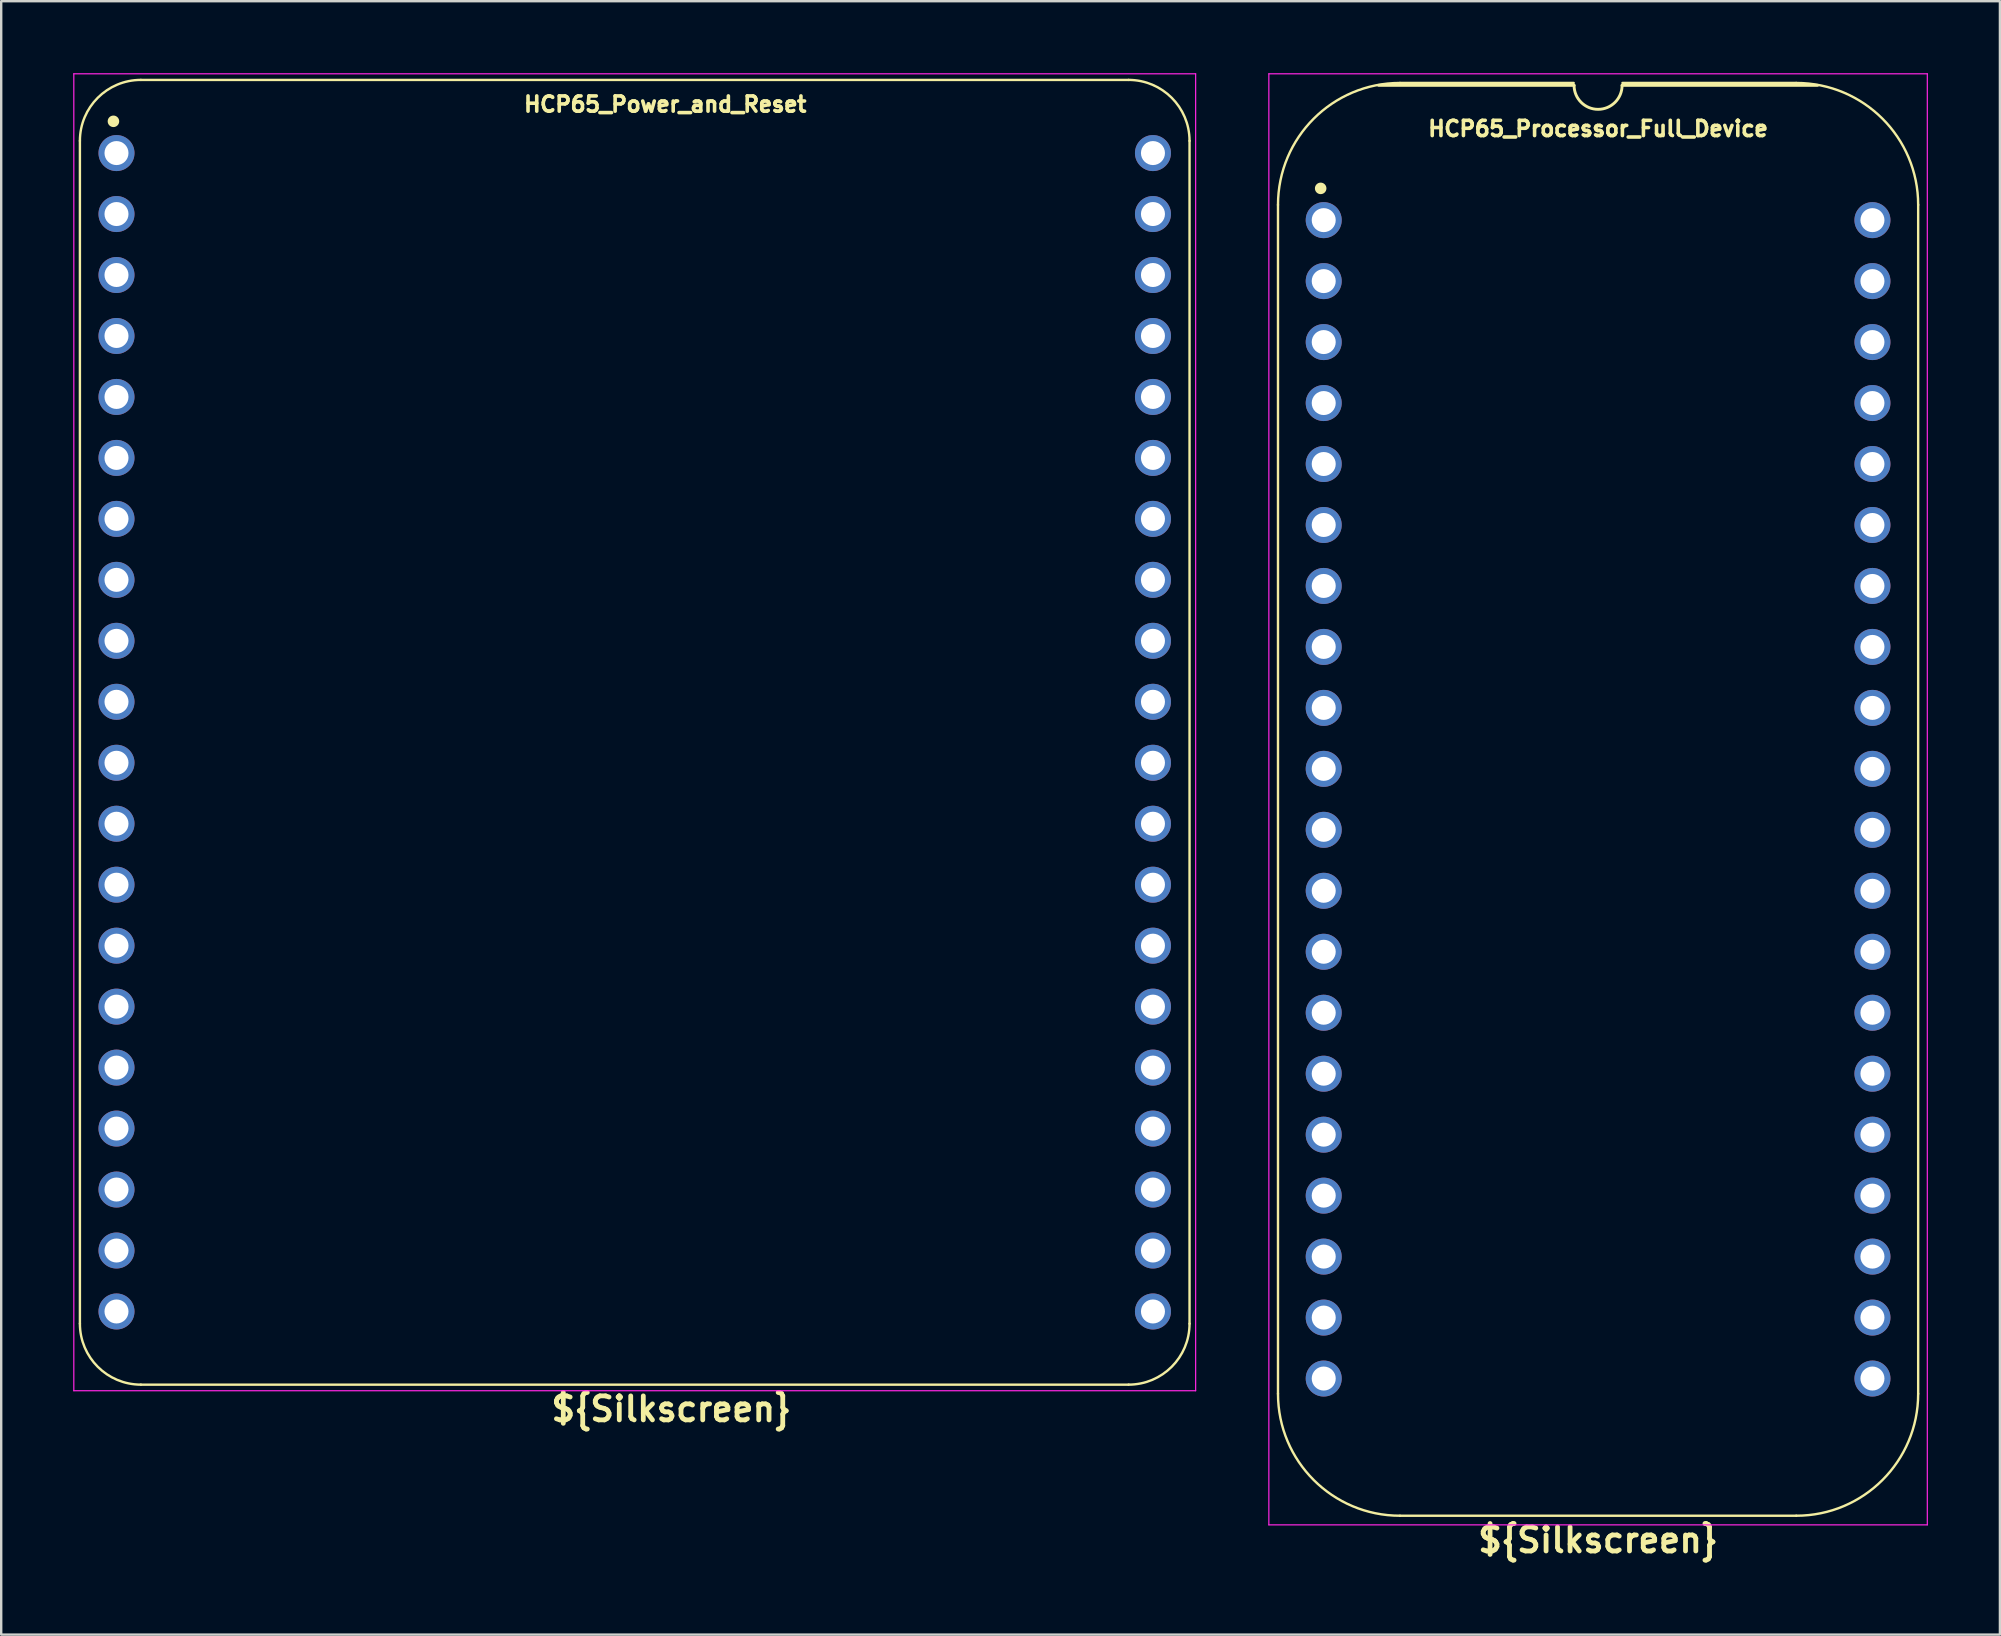
<source format=kicad_pcb>
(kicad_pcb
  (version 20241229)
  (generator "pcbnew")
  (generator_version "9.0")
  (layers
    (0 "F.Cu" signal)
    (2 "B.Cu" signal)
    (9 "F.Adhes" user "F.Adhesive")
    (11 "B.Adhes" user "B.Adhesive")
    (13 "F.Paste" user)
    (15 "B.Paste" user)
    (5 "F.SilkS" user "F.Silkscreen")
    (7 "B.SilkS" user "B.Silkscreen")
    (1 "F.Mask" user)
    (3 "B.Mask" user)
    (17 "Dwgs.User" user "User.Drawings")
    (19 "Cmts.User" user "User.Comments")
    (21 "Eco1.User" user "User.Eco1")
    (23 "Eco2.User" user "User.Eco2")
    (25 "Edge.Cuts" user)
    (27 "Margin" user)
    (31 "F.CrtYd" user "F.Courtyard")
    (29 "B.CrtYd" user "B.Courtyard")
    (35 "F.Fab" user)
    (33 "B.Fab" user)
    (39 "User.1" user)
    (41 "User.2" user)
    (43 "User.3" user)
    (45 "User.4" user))
  (footprint "HCP65_Processor_Full_Device"
    (layer "F.Cu")
    (at 52.097 6.121)
    (property "Reference" "HCP65_Processor_Full_Device" (at 11.43 -3.81 0) (layer "F.SilkS") (effects (font (size 0.635 0.635) (thickness 0.15))))
    (property "Silkscreen" "${Silkscreen}" (at 11.43 54.991 0) (layer "F.SilkS") (effects (font (size 1 1) (thickness 0.2))))
    (attr through_hole)
    (fp_line (start -1.905 -0.635) (end -1.905 48.895) (stroke (width 0.1) (type solid)) (layer "F.SilkS"))
    (fp_line (start 10.414 -5.715) (end 3.175 -5.715) (stroke (width 0.1) (type solid)) (layer "F.SilkS"))
    (fp_line (start 10.43 -5.616) (end 2.286 -5.616) (stroke (width 0.12) (type solid)) (layer "F.SilkS"))
    (fp_line (start 19.685 -5.715) (end 12.446 -5.715) (stroke (width 0.1) (type solid)) (layer "F.SilkS"))
    (fp_line (start 19.685 53.975) (end 3.175 53.975) (stroke (width 0.1) (type solid)) (layer "F.SilkS"))
    (fp_line (start 20.574 -5.616) (end 12.43 -5.616) (stroke (width 0.12) (type solid)) (layer "F.SilkS"))
    (fp_line (start 24.765 48.895) (end 24.765 -0.635) (stroke (width 0.1) (type solid)) (layer "F.SilkS"))
    (fp_arc (start -1.905 -0.635) (mid -0.417102 -4.227102) (end 3.175 -5.715) (stroke (width 0.1) (type solid)) (layer "F.SilkS"))
    (fp_arc (start 3.175 53.975) (mid -0.417102 52.487102) (end -1.905 48.895) (stroke (width 0.1) (type solid)) (layer "F.SilkS"))
    (fp_arc (start 12.43 -5.616) (mid 11.43 -4.616) (end 10.43 -5.616) (stroke (width 0.12) (type solid)) (layer "F.SilkS"))
    (fp_arc (start 19.685 -5.715) (mid 23.277102 -4.227102) (end 24.765 -0.635) (stroke (width 0.1) (type solid)) (layer "F.SilkS"))
    (fp_arc (start 24.765 48.895) (mid 23.277102 52.487102) (end 19.685 53.975) (stroke (width 0.1) (type solid)) (layer "F.SilkS"))
    (fp_circle (center -0.127 -1.323) (end 0.053 -1.323) (stroke (width 0.12) (type solid)) (fill yes) (layer "F.SilkS"))
    (fp_line (start -2.286 -6.096) (end -2.286 54.356) (stroke (width 0.05) (type solid)) (layer "F.CrtYd"))
    (fp_line (start -2.286 -6.096) (end 25.146 -6.096) (stroke (width 0.05) (type solid)) (layer "F.CrtYd"))
    (fp_line (start -2.286 54.356) (end 25.146 54.356) (stroke (width 0.05) (type solid)) (layer "F.CrtYd"))
    (fp_line (start 25.146 54.356) (end 25.146 -6.096) (stroke (width 0.05) (type solid)) (layer "F.CrtYd"))
    (pad "1" thru_hole circle (at 0 0) (size 1.5 1.5) (drill 1) (layers "*.Cu" "*.Mask"))
    (pad "2" thru_hole circle (at 0 2.54) (size 1.5 1.5) (drill 1) (layers "*.Cu" "*.Mask"))
    (pad "3" thru_hole circle (at 0 5.08) (size 1.5 1.5) (drill 1) (layers "*.Cu" "*.Mask"))
    (pad "4" thru_hole circle (at 0 7.62) (size 1.5 1.5) (drill 1) (layers "*.Cu" "*.Mask"))
    (pad "5" thru_hole circle (at 0 10.16) (size 1.5 1.5) (drill 1) (layers "*.Cu" "*.Mask"))
    (pad "6" thru_hole circle (at 0 12.7) (size 1.5 1.5) (drill 1) (layers "*.Cu" "*.Mask"))
    (pad "7" thru_hole circle (at 0 15.24) (size 1.5 1.5) (drill 1) (layers "*.Cu" "*.Mask"))
    (pad "8" thru_hole circle (at 0 17.78) (size 1.5 1.5) (drill 1) (layers "*.Cu" "*.Mask"))
    (pad "9" thru_hole circle (at 0 20.32) (size 1.5 1.5) (drill 1) (layers "*.Cu" "*.Mask"))
    (pad "10" thru_hole circle (at 0 22.86) (size 1.5 1.5) (drill 1) (layers "*.Cu" "*.Mask"))
    (pad "11" thru_hole circle (at 0 25.4) (size 1.5 1.5) (drill 1) (layers "*.Cu" "*.Mask"))
    (pad "12" thru_hole circle (at 0 27.94) (size 1.5 1.5) (drill 1) (layers "*.Cu" "*.Mask"))
    (pad "13" thru_hole circle (at 0 30.48) (size 1.5 1.5) (drill 1) (layers "*.Cu" "*.Mask"))
    (pad "14" thru_hole circle (at 0 33.02) (size 1.5 1.5) (drill 1) (layers "*.Cu" "*.Mask"))
    (pad "15" thru_hole circle (at 0 35.56) (size 1.5 1.5) (drill 1) (layers "*.Cu" "*.Mask"))
    (pad "16" thru_hole circle (at 0 38.1) (size 1.5 1.5) (drill 1) (layers "*.Cu" "*.Mask"))
    (pad "17" thru_hole circle (at 0 40.64) (size 1.5 1.5) (drill 1) (layers "*.Cu" "*.Mask"))
    (pad "18" thru_hole circle (at 0 43.18) (size 1.5 1.5) (drill 1) (layers "*.Cu" "*.Mask"))
    (pad "19" thru_hole circle (at 0 45.72) (size 1.5 1.5) (drill 1) (layers "*.Cu" "*.Mask"))
    (pad "20" thru_hole circle (at 0 48.26) (size 1.5 1.5) (drill 1) (layers "*.Cu" "*.Mask"))
    (pad "21" thru_hole circle (at 22.86 48.26) (size 1.5 1.5) (drill 1) (layers "*.Cu" "*.Mask"))
    (pad "22" thru_hole circle (at 22.86 45.72) (size 1.5 1.5) (drill 1) (layers "*.Cu" "*.Mask"))
    (pad "23" thru_hole circle (at 22.86 43.18) (size 1.5 1.5) (drill 1) (layers "*.Cu" "*.Mask"))
    (pad "24" thru_hole circle (at 22.86 40.64) (size 1.5 1.5) (drill 1) (layers "*.Cu" "*.Mask"))
    (pad "25" thru_hole circle (at 22.86 38.1) (size 1.5 1.5) (drill 1) (layers "*.Cu" "*.Mask"))
    (pad "26" thru_hole circle (at 22.86 35.56) (size 1.5 1.5) (drill 1) (layers "*.Cu" "*.Mask"))
    (pad "27" thru_hole circle (at 22.86 33.02) (size 1.5 1.5) (drill 1) (layers "*.Cu" "*.Mask"))
    (pad "28" thru_hole circle (at 22.86 30.48) (size 1.5 1.5) (drill 1) (layers "*.Cu" "*.Mask"))
    (pad "29" thru_hole circle (at 22.86 27.94) (size 1.5 1.5) (drill 1) (layers "*.Cu" "*.Mask"))
    (pad "30" thru_hole circle (at 22.86 25.4) (size 1.5 1.5) (drill 1) (layers "*.Cu" "*.Mask"))
    (pad "31" thru_hole circle (at 22.86 22.86) (size 1.5 1.5) (drill 1) (layers "*.Cu" "*.Mask"))
    (pad "32" thru_hole circle (at 22.86 20.32) (size 1.5 1.5) (drill 1) (layers "*.Cu" "*.Mask"))
    (pad "33" thru_hole circle (at 22.86 17.78) (size 1.5 1.5) (drill 1) (layers "*.Cu" "*.Mask"))
    (pad "34" thru_hole circle (at 22.86 15.24) (size 1.5 1.5) (drill 1) (layers "*.Cu" "*.Mask"))
    (pad "35" thru_hole circle (at 22.86 12.7) (size 1.5 1.5) (drill 1) (layers "*.Cu" "*.Mask"))
    (pad "36" thru_hole circle (at 22.86 10.16) (size 1.5 1.5) (drill 1) (layers "*.Cu" "*.Mask"))
    (pad "37" thru_hole circle (at 22.86 7.62) (size 1.5 1.5) (drill 1) (layers "*.Cu" "*.Mask"))
    (pad "38" thru_hole circle (at 22.86 5.08) (size 1.5 1.5) (drill 1) (layers "*.Cu" "*.Mask"))
    (pad "39" thru_hole circle (at 22.86 2.54) (size 1.5 1.5) (drill 1) (layers "*.Cu" "*.Mask"))
    (pad "40" thru_hole circle (at 22.86 0) (size 1.5 1.5) (drill 1) (layers "*.Cu" "*.Mask")))
  (footprint "HCP65_Power_and_Reset"
    (layer "F.Cu")
    (at 1.803 3.327)
    (property "Reference" "HCP65_Power_and_Reset" (at 22.86 -2.032 0) (layer "F.SilkS") (effects (font (size 0.635 0.635) (thickness 0.15) (bold yes))))
    (property "Silkscreen" "${Silkscreen}" (at 23.114 52.324 0) (layer "F.SilkS") (effects (font (size 1 1) (thickness 0.2))))
    (attr through_hole)
    (fp_line (start -1.524 -0.508) (end -1.524 48.768) (stroke (width 0.1) (type solid)) (layer "F.SilkS"))
    (fp_line (start 42.164 -3.048) (end 1.016 -3.048) (stroke (width 0.1) (type solid)) (layer "F.SilkS"))
    (fp_line (start 42.164 51.308) (end 1.016 51.308) (stroke (width 0.1) (type solid)) (layer "F.SilkS"))
    (fp_line (start 44.704 -0.508) (end 44.704 48.768) (stroke (width 0.1) (type solid)) (layer "F.SilkS"))
    (fp_arc (start -1.524 -0.508) (mid -0.780051 -2.304051) (end 1.016 -3.048) (stroke (width 0.1) (type solid)) (layer "F.SilkS"))
    (fp_arc (start 1.016 51.308) (mid -0.780051 50.564051) (end -1.524 48.768) (stroke (width 0.1) (type solid)) (layer "F.SilkS"))
    (fp_arc (start 42.164 -3.048) (mid 43.960022 -2.304022) (end 44.704 -0.508) (stroke (width 0.1) (type solid)) (layer "F.SilkS"))
    (fp_arc (start 44.704 48.768) (mid 43.960051 50.564051) (end 42.164 51.308) (stroke (width 0.1) (type solid)) (layer "F.SilkS"))
    (fp_circle (center -0.127 -1.323) (end 0.053 -1.323) (stroke (width 0.12) (type solid)) (fill yes) (layer "F.SilkS"))
    (fp_line (start -1.778 -3.302) (end -1.778 51.562) (stroke (width 0.05) (type solid)) (layer "F.CrtYd"))
    (fp_line (start -1.778 -3.302) (end 44.958 -3.302) (stroke (width 0.05) (type solid)) (layer "F.CrtYd"))
    (fp_line (start -1.778 51.562) (end 44.958 51.562) (stroke (width 0.05) (type solid)) (layer "F.CrtYd"))
    (fp_line (start 44.958 51.562) (end 44.958 -3.302) (stroke (width 0.05) (type solid)) (layer "F.CrtYd"))
    (pad "1" thru_hole circle (at 0 0) (size 1.5 1.5) (drill 1) (layers "*.Cu" "*.Mask"))
    (pad "2" thru_hole circle (at 0 2.54) (size 1.5 1.5) (drill 1) (layers "*.Cu" "*.Mask"))
    (pad "3" thru_hole circle (at 0 5.08) (size 1.5 1.5) (drill 1) (layers "*.Cu" "*.Mask"))
    (pad "4" thru_hole circle (at 0 7.62) (size 1.5 1.5) (drill 1) (layers "*.Cu" "*.Mask"))
    (pad "5" thru_hole circle (at 0 10.16) (size 1.5 1.5) (drill 1) (layers "*.Cu" "*.Mask"))
    (pad "6" thru_hole circle (at 0 12.7) (size 1.5 1.5) (drill 1) (layers "*.Cu" "*.Mask"))
    (pad "7" thru_hole circle (at 0 15.24) (size 1.5 1.5) (drill 1) (layers "*.Cu" "*.Mask"))
    (pad "8" thru_hole circle (at 0 17.78) (size 1.5 1.5) (drill 1) (layers "*.Cu" "*.Mask"))
    (pad "9" thru_hole circle (at 0 20.32) (size 1.5 1.5) (drill 1) (layers "*.Cu" "*.Mask"))
    (pad "10" thru_hole circle (at 0 22.86) (size 1.5 1.5) (drill 1) (layers "*.Cu" "*.Mask"))
    (pad "11" thru_hole circle (at 0 25.4) (size 1.5 1.5) (drill 1) (layers "*.Cu" "*.Mask"))
    (pad "12" thru_hole circle (at 0 27.94) (size 1.5 1.5) (drill 1) (layers "*.Cu" "*.Mask"))
    (pad "13" thru_hole circle (at 0 30.48) (size 1.5 1.5) (drill 1) (layers "*.Cu" "*.Mask"))
    (pad "14" thru_hole circle (at 0 33.02) (size 1.5 1.5) (drill 1) (layers "*.Cu" "*.Mask"))
    (pad "15" thru_hole circle (at 0 35.56) (size 1.5 1.5) (drill 1) (layers "*.Cu" "*.Mask"))
    (pad "16" thru_hole circle (at 0 38.1) (size 1.5 1.5) (drill 1) (layers "*.Cu" "*.Mask"))
    (pad "17" thru_hole circle (at 0 40.64) (size 1.5 1.5) (drill 1) (layers "*.Cu" "*.Mask"))
    (pad "18" thru_hole circle (at 0 43.18) (size 1.5 1.5) (drill 1) (layers "*.Cu" "*.Mask"))
    (pad "19" thru_hole circle (at 0 45.72) (size 1.5 1.5) (drill 1) (layers "*.Cu" "*.Mask"))
    (pad "20" thru_hole circle (at 0 48.26) (size 1.5 1.5) (drill 1) (layers "*.Cu" "*.Mask"))
    (pad "21" thru_hole circle (at 43.18 48.26) (size 1.5 1.5) (drill 1) (layers "*.Cu" "*.Mask"))
    (pad "22" thru_hole circle (at 43.18 45.72) (size 1.5 1.5) (drill 1) (layers "*.Cu" "*.Mask"))
    (pad "23" thru_hole circle (at 43.18 43.18) (size 1.5 1.5) (drill 1) (layers "*.Cu" "*.Mask"))
    (pad "24" thru_hole circle (at 43.18 40.64) (size 1.5 1.5) (drill 1) (layers "*.Cu" "*.Mask"))
    (pad "25" thru_hole circle (at 43.18 38.1) (size 1.5 1.5) (drill 1) (layers "*.Cu" "*.Mask"))
    (pad "26" thru_hole circle (at 43.18 35.56) (size 1.5 1.5) (drill 1) (layers "*.Cu" "*.Mask"))
    (pad "27" thru_hole circle (at 43.18 33.02) (size 1.5 1.5) (drill 1) (layers "*.Cu" "*.Mask"))
    (pad "28" thru_hole circle (at 43.18 30.48) (size 1.5 1.5) (drill 1) (layers "*.Cu" "*.Mask"))
    (pad "29" thru_hole circle (at 43.18 27.94) (size 1.5 1.5) (drill 1) (layers "*.Cu" "*.Mask"))
    (pad "30" thru_hole circle (at 43.18 25.4) (size 1.5 1.5) (drill 1) (layers "*.Cu" "*.Mask"))
    (pad "31" thru_hole circle (at 43.18 22.86) (size 1.5 1.5) (drill 1) (layers "*.Cu" "*.Mask"))
    (pad "32" thru_hole circle (at 43.18 20.32) (size 1.5 1.5) (drill 1) (layers "*.Cu" "*.Mask"))
    (pad "33" thru_hole circle (at 43.18 17.78) (size 1.5 1.5) (drill 1) (layers "*.Cu" "*.Mask"))
    (pad "34" thru_hole circle (at 43.18 15.24) (size 1.5 1.5) (drill 1) (layers "*.Cu" "*.Mask"))
    (pad "35" thru_hole circle (at 43.18 12.7) (size 1.5 1.5) (drill 1) (layers "*.Cu" "*.Mask"))
    (pad "36" thru_hole circle (at 43.18 10.16) (size 1.5 1.5) (drill 1) (layers "*.Cu" "*.Mask"))
    (pad "37" thru_hole circle (at 43.18 7.62) (size 1.5 1.5) (drill 1) (layers "*.Cu" "*.Mask"))
    (pad "38" thru_hole circle (at 43.18 5.08) (size 1.5 1.5) (drill 1) (layers "*.Cu" "*.Mask"))
    (pad "39" thru_hole circle (at 43.18 2.54) (size 1.5 1.5) (drill 1) (layers "*.Cu" "*.Mask"))
    (pad "40" thru_hole circle (at 43.18 0) (size 1.5 1.5) (drill 1) (layers "*.Cu" "*.Mask")))
  (gr_rect
    (start -3 -3)
    (end 80.268 65.048)
    (stroke (width 0.1) (type default))
    (fill no)
    (layer "Edge.Cuts")))
</source>
